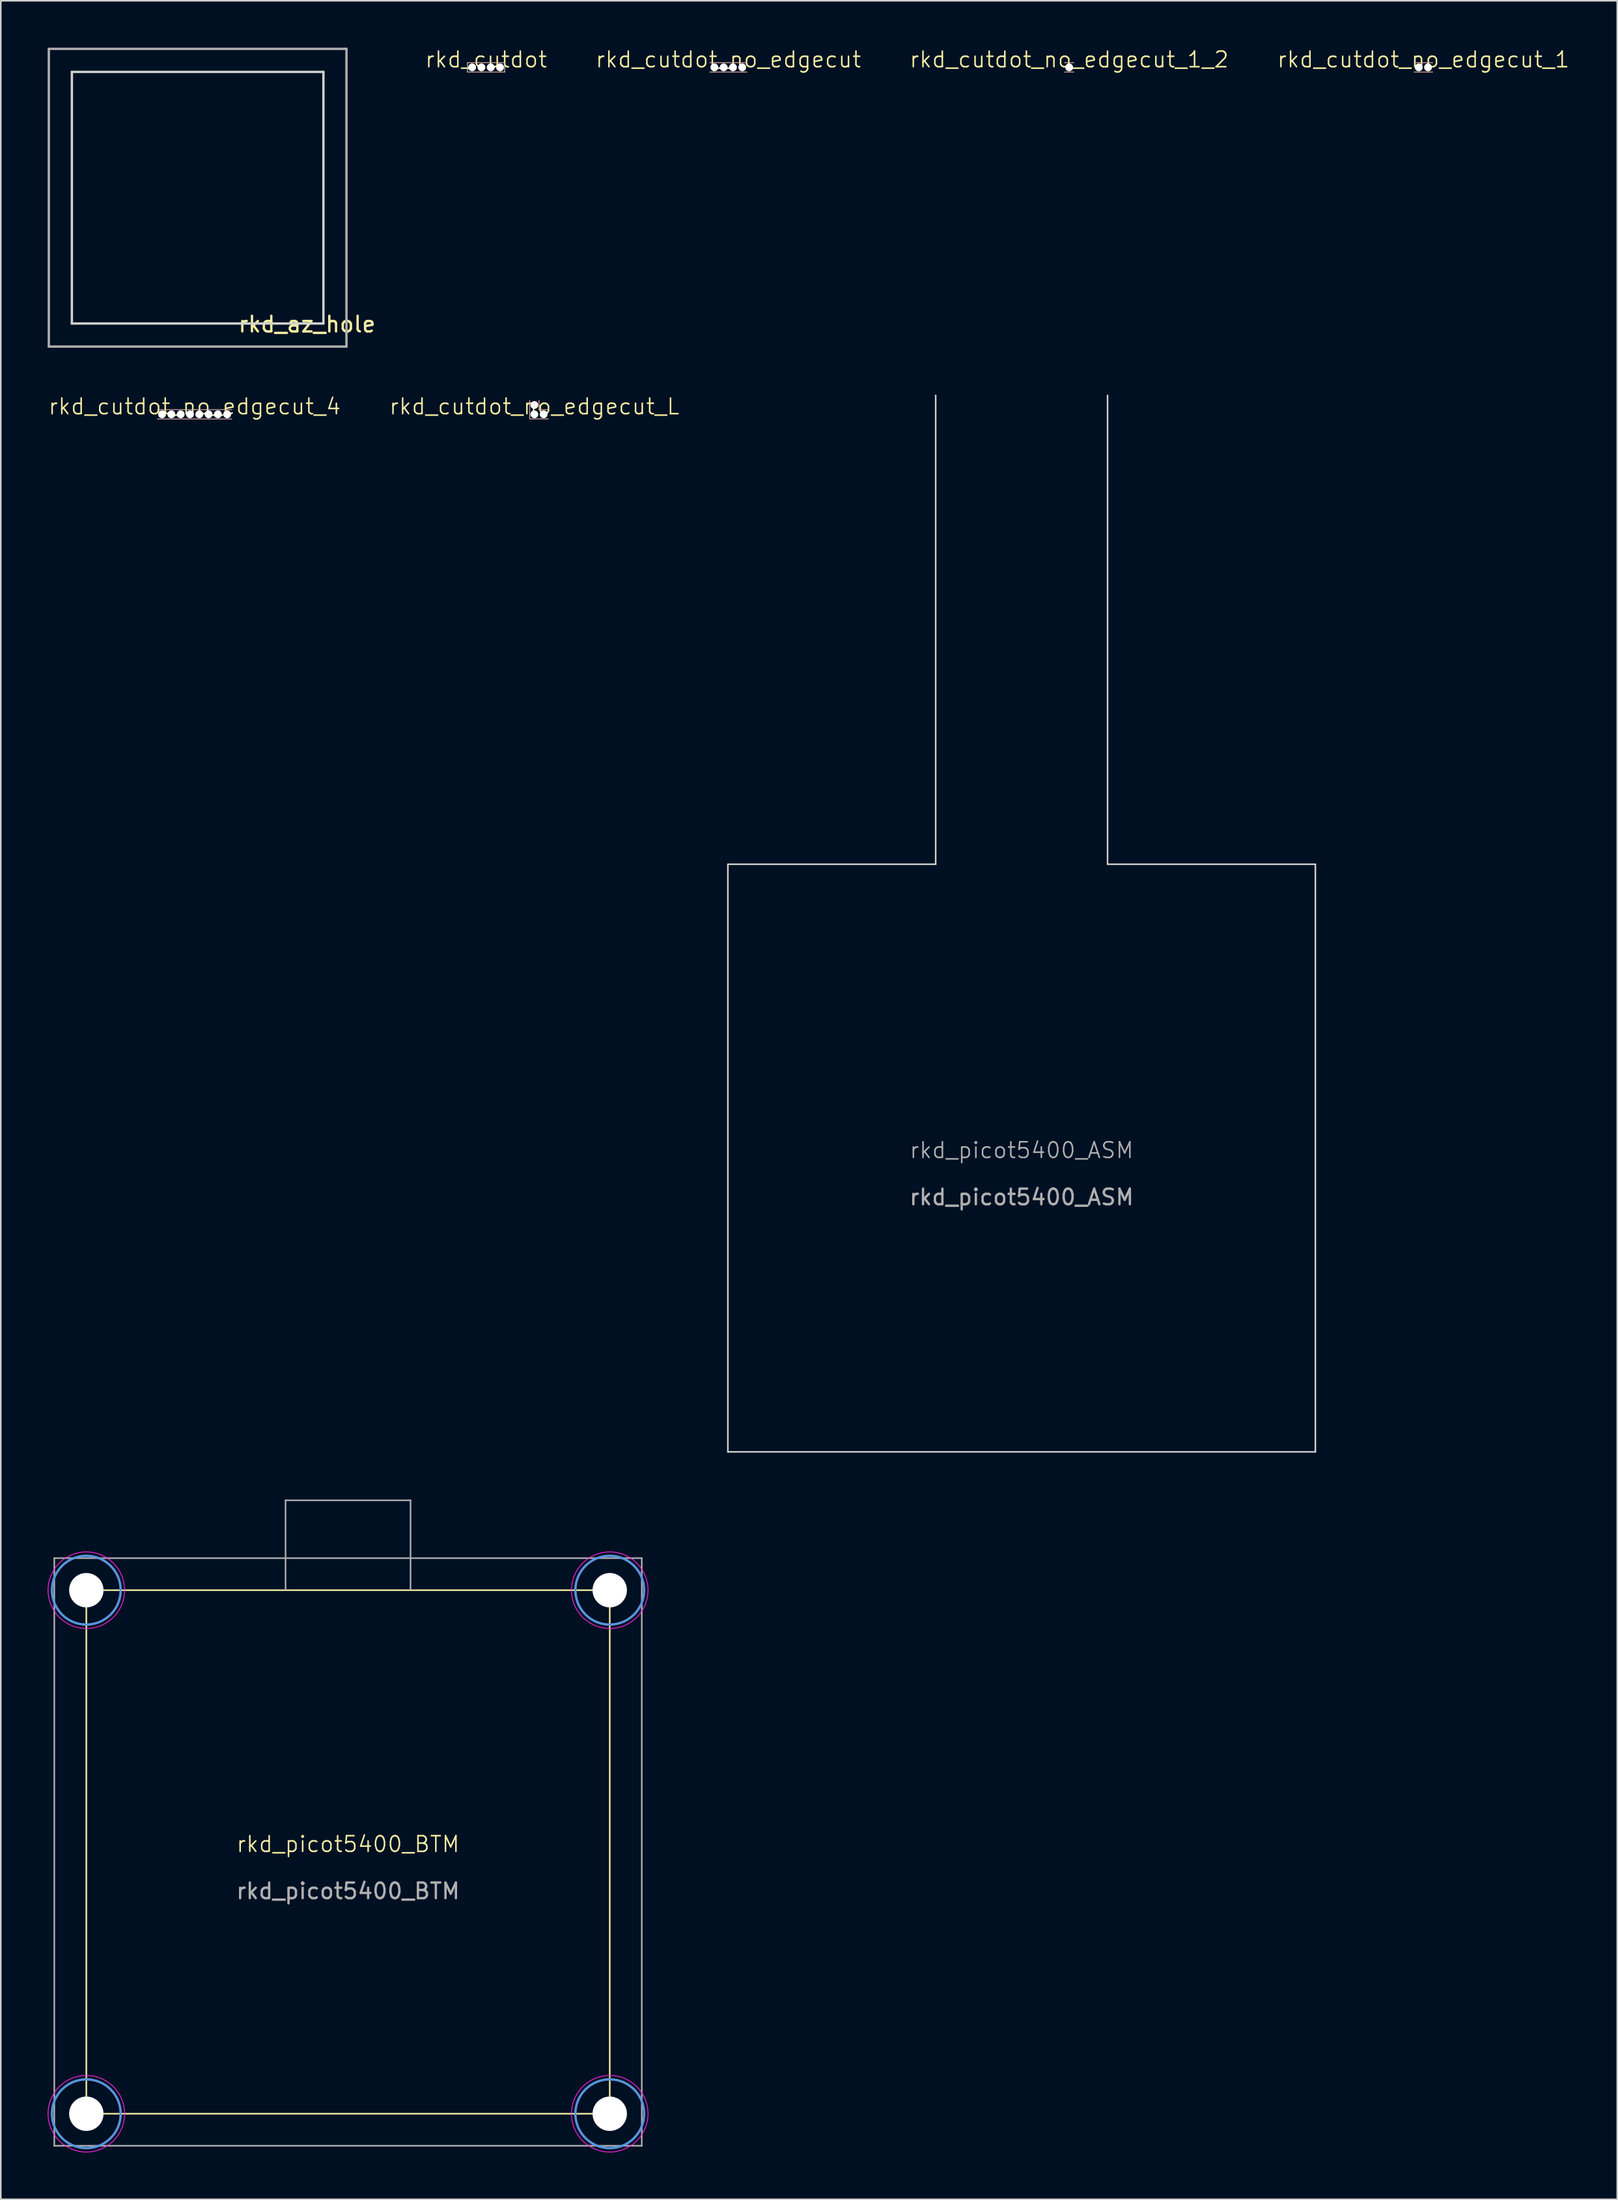
<source format=kicad_pcb>
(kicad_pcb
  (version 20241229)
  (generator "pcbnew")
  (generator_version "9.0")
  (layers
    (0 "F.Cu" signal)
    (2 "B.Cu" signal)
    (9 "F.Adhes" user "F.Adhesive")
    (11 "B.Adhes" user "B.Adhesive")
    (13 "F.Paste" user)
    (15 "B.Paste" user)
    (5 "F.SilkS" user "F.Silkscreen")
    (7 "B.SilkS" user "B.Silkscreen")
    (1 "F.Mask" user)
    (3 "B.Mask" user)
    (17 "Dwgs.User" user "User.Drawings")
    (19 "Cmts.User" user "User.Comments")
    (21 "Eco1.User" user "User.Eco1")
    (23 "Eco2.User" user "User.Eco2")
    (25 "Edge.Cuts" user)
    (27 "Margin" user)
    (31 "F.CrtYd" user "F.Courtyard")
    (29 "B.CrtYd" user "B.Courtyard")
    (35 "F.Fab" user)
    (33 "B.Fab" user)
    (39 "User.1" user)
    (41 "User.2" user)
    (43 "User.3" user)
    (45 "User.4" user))
  (footprint "rkd_cutdot_no_edgecut_4"
    (layer "F.Cu")
    (at 9.407 23.46)
    (property "Reference" "rkd_cutdot_no_edgecut_4" (at 0 -0.5 0) (unlocked yes) (layer "F.SilkS") (effects (font (size 1 1) (thickness 0.1))))
    (attr smd board_only exclude_from_pos_files exclude_from_bom)
    (fp_line (start -0.000001 0.298) (end -2.381 0.298) (stroke (width 0.05) (type default)) (layer "B.SilkS"))
    (fp_line (start 0 -0.297) (end -2.381 -0.297) (stroke (width 0.05) (type default)) (layer "B.SilkS"))
    (fp_line (start 2.381 0.298) (end -0.000001 0.298) (stroke (width 0.05) (type default)) (layer "B.SilkS"))
    (fp_line (start 2.381 -0.297) (end 0 -0.297) (stroke (width 0.05) (type default)) (layer "B.SilkS"))
    (pad "" np_thru_hole circle (at -2.084 0.001 90) (size 0.5 0.5) (drill 0.5) (layers "*.Cu" "*.Mask"))
    (pad "" np_thru_hole circle (at -1.489 0.001 90) (size 0.5 0.5) (drill 0.5) (layers "*.Cu" "*.Mask"))
    (pad "" np_thru_hole circle (at -0.893 0.001 90) (size 0.5 0.5) (drill 0.5) (layers "*.Cu" "*.Mask"))
    (pad "" np_thru_hole circle (at -0.298 0.001 90) (size 0.5 0.5) (drill 0.5) (layers "*.Cu" "*.Mask"))
    (pad "" np_thru_hole circle (at 0.297 0.001 90) (size 0.5 0.5) (drill 0.5) (layers "*.Cu" "*.Mask"))
    (pad "" np_thru_hole circle (at 0.893 0.001 90) (size 0.5 0.5) (drill 0.5) (layers "*.Cu" "*.Mask"))
    (pad "" np_thru_hole circle (at 1.488 0.001 90) (size 0.5 0.5) (drill 0.5) (layers "*.Cu" "*.Mask"))
    (pad "" np_thru_hole circle (at 2.083 0.001 90) (size 0.5 0.5) (drill 0.5) (layers "*.Cu" "*.Mask")))
  (footprint "rkd_cutdot_no_edgecut_1"
    (layer "F.Cu")
    (at 88.051 1.26)
    (property "Reference" "rkd_cutdot_no_edgecut_1" (at 0 -0.5 0) (unlocked yes) (layer "F.SilkS") (effects (font (size 1 1) (thickness 0.1))))
    (attr smd board_only exclude_from_pos_files exclude_from_bom)
    (fp_line (start 0.595 -0.298) (end -0.595 -0.298) (stroke (width 0.05) (type default)) (layer "B.SilkS"))
    (fp_line (start 0.595 0.298) (end -0.595 0.298) (stroke (width 0.05) (type default)) (layer "B.SilkS"))
    (pad "" np_thru_hole circle (at -0.298 0.000356 90) (size 0.5 0.5) (drill 0.5) (layers "*.Cu" "*.Mask"))
    (pad "" np_thru_hole circle (at 0.297 0.000356 90) (size 0.5 0.5) (drill 0.5) (layers "*.Cu" "*.Mask")))
  (footprint "rkd_picot5400_ASM"
    (layer "F.Cu")
    (at 62.336 71.05)
    (property "Reference" "rkd_picot5400_ASM" (at 0 -0.5 0) (unlocked yes) (layer "F.Fab") (effects (font (size 1 1) (thickness 0.1))))
    (attr smd board_only exclude_from_pos_files exclude_from_bom)
    (fp_line (start -18.8 -18.8) (end -18.8 18.8) (stroke (width 0.1) (type default)) (layer "Edge.Cuts"))
    (fp_line (start -18.8 -18.8) (end -5.5 -18.8) (stroke (width 0.1) (type default)) (layer "Edge.Cuts"))
    (fp_line (start -5.5 -48.8) (end -5.5 -18.8) (stroke (width 0.1) (type default)) (layer "Edge.Cuts"))
    (fp_line (start 5.5 -48.8) (end 5.5 -18.8) (stroke (width 0.1) (type default)) (layer "Edge.Cuts"))
    (fp_line (start 5.5 -18.8) (end 18.8 -18.8) (stroke (width 0.1) (type default)) (layer "Edge.Cuts"))
    (fp_line (start 18.8 -18.8) (end 18.8 18.8) (stroke (width 0.1) (type default)) (layer "Edge.Cuts"))
    (fp_line (start 18.8 18.8) (end -18.8 18.8) (stroke (width 0.1) (type default)) (layer "Edge.Cuts"))
    (fp_text user "${REFERENCE}" (at 0 2.5 0) (unlocked yes) (layer "F.Fab") (effects (font (size 1 1) (thickness 0.15)))))
  (footprint "rkd_cutdot_no_edgecut_L"
    (layer "F.Cu")
    (at 31.15 23.46)
    (property "Reference" "rkd_cutdot_no_edgecut_L" (at 0 -0.5 0) (unlocked yes) (layer "F.SilkS") (effects (font (size 1 1) (thickness 0.1))))
    (attr smd board_only exclude_from_pos_files exclude_from_bom)
    (fp_line (start -0.298 -0.893) (end -0.298 0.298) (stroke (width 0.05) (type default)) (layer "B.SilkS"))
    (fp_line (start 0.298 -0.893) (end 0.298 -0.298) (stroke (width 0.05) (type default)) (layer "B.SilkS"))
    (fp_line (start 0.893 0.297) (end -0.298 0.297) (stroke (width 0.05) (type default)) (layer "B.SilkS"))
    (fp_line (start 0.893 -0.298) (end 0.298 -0.298) (stroke (width 0.05) (type default)) (layer "B.SilkS"))
    (pad "" np_thru_hole circle (at 0 -0.595 90) (size 0.5 0.5) (drill 0.5) (layers "*.Cu" "*.Mask"))
    (pad "" np_thru_hole circle (at 0 0 90) (size 0.5 0.5) (drill 0.5) (layers "*.Cu" "*.Mask"))
    (pad "" np_thru_hole circle (at 0.595 0 90) (size 0.5 0.5) (drill 0.5) (layers "*.Cu" "*.Mask")))
  (footprint "rkd_cutdot_no_edgecut_1_2"
    (layer "F.Cu")
    (at 65.38 1.26)
    (property "Reference" "rkd_cutdot_no_edgecut_1_2" (at 0 -0.5 0) (unlocked yes) (layer "F.SilkS") (effects (font (size 1 1) (thickness 0.1))))
    (attr smd board_only exclude_from_pos_files exclude_from_bom)
    (fp_line (start 0.298 -0.298) (end -0.298 -0.298) (stroke (width 0.05) (type default)) (layer "B.SilkS"))
    (fp_line (start 0.298 0.298) (end -0.298 0.298) (stroke (width 0.05) (type default)) (layer "B.SilkS"))
    (pad "" np_thru_hole circle (at 0 0.000356 90) (size 0.5 0.5) (drill 0.5) (layers "*.Cu" "*.Mask")))
  (footprint "rkd_picot5400_BTM"
    (layer "F.Cu")
    (at 19.225 115.45)
    (property "Reference" "rkd_picot5400_BTM" (at 0 -0.5 0) (unlocked yes) (layer "F.SilkS") (effects (font (size 1 1) (thickness 0.1))))
    (attr smd board_only exclude_from_pos_files exclude_from_bom)
    (fp_line (start -16.75 -16.75) (end -16.75 16.75) (stroke (width 0.1) (type default)) (layer "F.SilkS"))
    (fp_line (start -16.75 -16.75) (end 16.75 -16.75) (stroke (width 0.1) (type default)) (layer "F.SilkS"))
    (fp_line (start -16.75 16.75) (end 16.75 16.75) (stroke (width 0.1) (type default)) (layer "F.SilkS"))
    (fp_line (start 16.75 16.75) (end 16.75 -16.75) (stroke (width 0.1) (type default)) (layer "F.SilkS"))
    (fp_circle (center -16.75 -16.75) (end -14.55 -16.75) (stroke (width 0.15) (type solid)) (fill no) (layer "Cmts.User"))
    (fp_circle (center -16.75 16.75) (end -14.55 16.75) (stroke (width 0.15) (type solid)) (fill no) (layer "Cmts.User"))
    (fp_circle (center 16.75 -16.75) (end 18.95 -16.75) (stroke (width 0.15) (type solid)) (fill no) (layer "Cmts.User"))
    (fp_circle (center 16.75 16.75) (end 18.95 16.75) (stroke (width 0.15) (type solid)) (fill no) (layer "Cmts.User"))
    (fp_circle (center -16.75 -16.75) (end -14.3 -16.75) (stroke (width 0.05) (type solid)) (fill no) (layer "F.CrtYd"))
    (fp_circle (center -16.75 16.75) (end -14.3 16.75) (stroke (width 0.05) (type solid)) (fill no) (layer "F.CrtYd"))
    (fp_circle (center 16.75 -16.75) (end 19.2 -16.75) (stroke (width 0.05) (type solid)) (fill no) (layer "F.CrtYd"))
    (fp_circle (center 16.75 16.75) (end 19.2 16.75) (stroke (width 0.05) (type solid)) (fill no) (layer "F.CrtYd"))
    (fp_line (start -18.8 -18.8) (end -18.8 18.8) (stroke (width 0.1) (type default)) (layer "F.Fab"))
    (fp_line (start -18.8 -18.8) (end 18.8 -18.8) (stroke (width 0.1) (type default)) (layer "F.Fab"))
    (fp_line (start -4 -22.5) (end -4 -16.8) (stroke (width 0.1) (type default)) (layer "F.Fab"))
    (fp_line (start 4 -22.5) (end -4 -22.5) (stroke (width 0.1) (type default)) (layer "F.Fab"))
    (fp_line (start 4 -22.5) (end 4 -16.8) (stroke (width 0.1) (type default)) (layer "F.Fab"))
    (fp_line (start 18.8 -18.8) (end 18.8 18.8) (stroke (width 0.1) (type default)) (layer "F.Fab"))
    (fp_line (start 18.8 18.8) (end -18.8 18.8) (stroke (width 0.1) (type default)) (layer "F.Fab"))
    (fp_text user "${REFERENCE}" (at 0 2.5 0) (unlocked yes) (layer "F.Fab") (effects (font (size 1 1) (thickness 0.15))))
    (pad "" np_thru_hole circle (at -16.75 -16.75) (size 2.2 2.2) (drill 2.2) (layers "*.Cu" "*.Mask"))
    (pad "" np_thru_hole circle (at -16.75 16.75) (size 2.2 2.2) (drill 2.2) (layers "*.Cu" "*.Mask"))
    (pad "" np_thru_hole circle (at 16.75 -16.75) (size 2.2 2.2) (drill 2.2) (layers "*.Cu" "*.Mask"))
    (pad "" np_thru_hole circle (at 16.75 16.75) (size 2.2 2.2) (drill 2.2) (layers "*.Cu" "*.Mask")))
  (footprint "rkd_cutdot"
    (layer "F.Cu")
    (at 28.061 1.26)
    (property "Reference" "rkd_cutdot" (at 0 -0.5 0) (unlocked yes) (layer "F.SilkS") (effects (font (size 1 1) (thickness 0.1))))
    (attr smd board_only exclude_from_pos_files exclude_from_bom)
    (fp_line (start 1.191 0.298) (end -1.191 0.298) (stroke (width 0.05) (type default)) (layer "B.SilkS"))
    (fp_line (start 1.191 -0.298) (end -1.191 -0.298) (stroke (width 0.05) (type default)) (layer "B.SilkS"))
    (fp_line (start -1.191 0.298) (end -1.191 -0.297) (stroke (width 0.05) (type default)) (layer "Edge.Cuts"))
    (fp_line (start 1.191 0.298) (end 1.19 -0.297) (stroke (width 0.05) (type default)) (layer "Edge.Cuts"))
    (pad "" np_thru_hole circle (at -0.893 0.000356 90) (size 0.5 0.5) (drill 0.5) (layers "*.Cu" "*.Mask"))
    (pad "" np_thru_hole circle (at -0.298 0.000356 90) (size 0.5 0.5) (drill 0.5) (layers "*.Cu" "*.Mask"))
    (pad "" np_thru_hole circle (at 0.297 0.000356 90) (size 0.5 0.5) (drill 0.5) (layers "*.Cu" "*.Mask"))
    (pad "" np_thru_hole circle (at 0.893 0.000356 90) (size 0.5 0.5) (drill 0.5) (layers "*.Cu" "*.Mask")))
  (footprint "rkd_az_hole"
    (layer "F.Cu")
    (at 9.6 9.6)
    (property "Reference" "rkd_az_hole" (at 7 8.1 0) (layer "F.SilkS") (effects (font (size 1 1) (thickness 0.15))))
    (attr through_hole board_only exclude_from_pos_files exclude_from_bom)
    (fp_line (start -8.05 -8.05) (end 8.05 -8.05) (stroke (width 0.15) (type solid)) (layer "Edge.Cuts"))
    (fp_line (start -8.05 8.05) (end -8.05 -8.05) (stroke (width 0.15) (type solid)) (layer "Edge.Cuts"))
    (fp_line (start 8.05 -8.05) (end 8.05 8.05) (stroke (width 0.15) (type solid)) (layer "Edge.Cuts"))
    (fp_line (start 8.05 8.05) (end -8.05 8.05) (stroke (width 0.15) (type solid)) (layer "Edge.Cuts"))
    (fp_line (start -9.525 -9.525) (end -9.525 9.525) (stroke (width 0.15) (type solid)) (layer "F.Fab"))
    (fp_line (start -9.525 9.525) (end 9.525 9.525) (stroke (width 0.15) (type solid)) (layer "F.Fab"))
    (fp_line (start 9.525 -9.525) (end -9.525 -9.525) (stroke (width 0.15) (type solid)) (layer "F.Fab"))
    (fp_line (start 9.525 9.525) (end 9.525 -9.525) (stroke (width 0.15) (type solid)) (layer "F.Fab")))
  (footprint "rkd_cutdot_no_edgecut"
    (layer "F.Cu")
    (at 43.565 1.26)
    (property "Reference" "rkd_cutdot_no_edgecut" (at 0 -0.5 0) (unlocked yes) (layer "F.SilkS") (effects (font (size 1 1) (thickness 0.1))))
    (attr smd board_only exclude_from_pos_files exclude_from_bom)
    (fp_line (start 1.191 0.298) (end -1.191 0.298) (stroke (width 0.05) (type default)) (layer "B.SilkS"))
    (fp_line (start 1.191 -0.298) (end -1.191 -0.298) (stroke (width 0.05) (type default)) (layer "B.SilkS"))
    (pad "" np_thru_hole circle (at -0.893 0.000356 90) (size 0.5 0.5) (drill 0.5) (layers "*.Cu" "*.Mask"))
    (pad "" np_thru_hole circle (at -0.298 0.000356 90) (size 0.5 0.5) (drill 0.5) (layers "*.Cu" "*.Mask"))
    (pad "" np_thru_hole circle (at 0.297 0.000356 90) (size 0.5 0.5) (drill 0.5) (layers "*.Cu" "*.Mask"))
    (pad "" np_thru_hole circle (at 0.893 0.000356 90) (size 0.5 0.5) (drill 0.5) (layers "*.Cu" "*.Mask")))
  (gr_rect
    (start -3 -3)
    (end 100.458 137.675)
    (stroke (width 0.1) (type default))
    (fill no)
    (layer "Edge.Cuts")))
</source>
